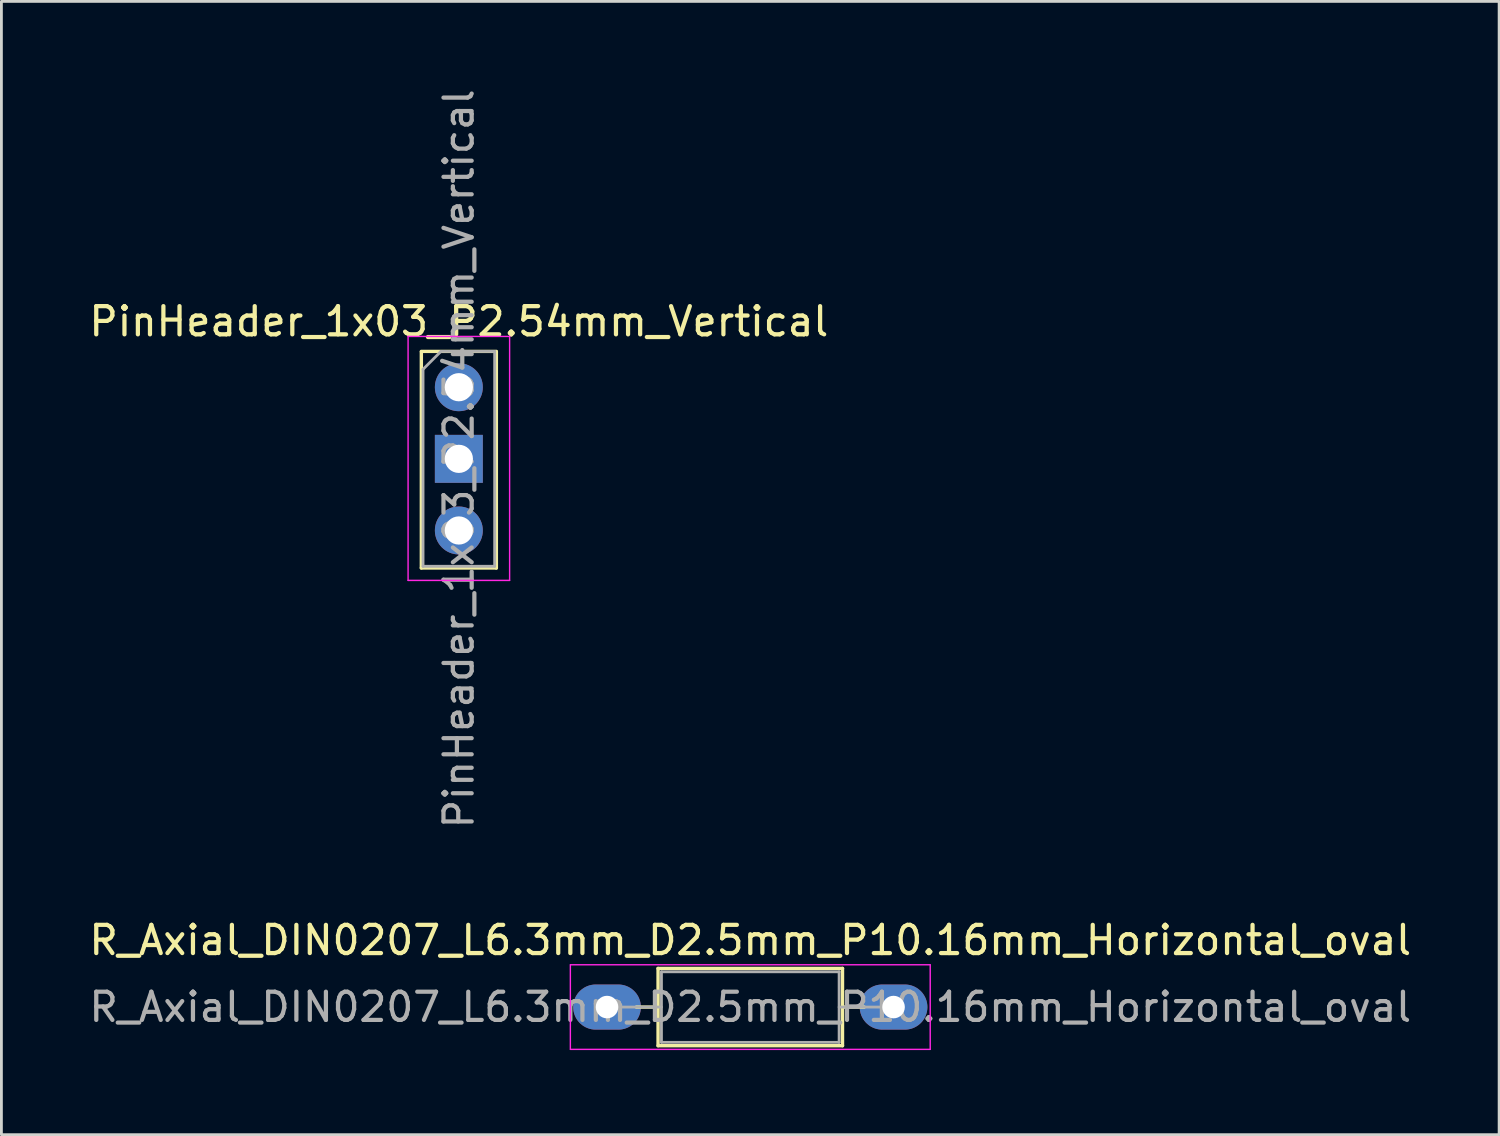
<source format=kicad_pcb>
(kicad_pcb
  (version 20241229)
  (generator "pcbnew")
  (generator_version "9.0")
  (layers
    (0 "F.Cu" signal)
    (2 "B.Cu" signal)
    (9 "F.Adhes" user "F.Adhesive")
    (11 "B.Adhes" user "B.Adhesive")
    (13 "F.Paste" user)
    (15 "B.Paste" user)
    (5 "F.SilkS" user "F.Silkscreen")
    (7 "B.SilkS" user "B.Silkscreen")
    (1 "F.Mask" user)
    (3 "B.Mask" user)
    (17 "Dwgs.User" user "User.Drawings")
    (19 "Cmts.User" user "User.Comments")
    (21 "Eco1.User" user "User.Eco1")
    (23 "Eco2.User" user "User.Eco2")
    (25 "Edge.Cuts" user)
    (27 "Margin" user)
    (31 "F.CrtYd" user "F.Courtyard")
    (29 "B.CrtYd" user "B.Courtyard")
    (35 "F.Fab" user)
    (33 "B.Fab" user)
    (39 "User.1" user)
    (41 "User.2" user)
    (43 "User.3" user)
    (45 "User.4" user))
  (footprint "R_Axial_DIN0207_L6.3mm_D2.5mm_P10.16mm_Horizontal_oval"
    (layer "F.Cu")
    (at 18.474 32.659)
    (property "Reference" "R_Axial_DIN0207_L6.3mm_D2.5mm_P10.16mm_Horizontal_oval" (at 5.08 -2.37 0) (layer "F.SilkS") (effects (font (size 1 1) (thickness 0.15))))
    (attr through_hole)
    (fp_line (start 1.04 0) (end 1.81 0) (stroke (width 0.12) (type solid)) (layer "F.SilkS"))
    (fp_line (start 1.81 -1.37) (end 1.81 1.37) (stroke (width 0.12) (type solid)) (layer "F.SilkS"))
    (fp_line (start 1.81 1.37) (end 8.35 1.37) (stroke (width 0.12) (type solid)) (layer "F.SilkS"))
    (fp_line (start 8.35 -1.37) (end 1.81 -1.37) (stroke (width 0.12) (type solid)) (layer "F.SilkS"))
    (fp_line (start 8.35 1.37) (end 8.35 -1.37) (stroke (width 0.12) (type solid)) (layer "F.SilkS"))
    (fp_line (start 9.12 0) (end 8.35 0) (stroke (width 0.12) (type solid)) (layer "F.SilkS"))
    (fp_line (start -1.3 -1.5) (end -1.3 1.5) (stroke (width 0.05) (type solid)) (layer "F.CrtYd"))
    (fp_line (start -1.295 1.499) (end 11.455 1.499) (stroke (width 0.05) (type solid)) (layer "F.CrtYd"))
    (fp_line (start 11.455 -1.499) (end -1.295 -1.499) (stroke (width 0.05) (type solid)) (layer "F.CrtYd"))
    (fp_line (start 11.46 1.5) (end 11.46 -1.5) (stroke (width 0.05) (type solid)) (layer "F.CrtYd"))
    (fp_line (start 0 0) (end 1.93 0) (stroke (width 0.1) (type solid)) (layer "F.Fab"))
    (fp_line (start 1.93 -1.25) (end 1.93 1.25) (stroke (width 0.1) (type solid)) (layer "F.Fab"))
    (fp_line (start 1.93 1.25) (end 8.23 1.25) (stroke (width 0.1) (type solid)) (layer "F.Fab"))
    (fp_line (start 8.23 -1.25) (end 1.93 -1.25) (stroke (width 0.1) (type solid)) (layer "F.Fab"))
    (fp_line (start 8.23 1.25) (end 8.23 -1.25) (stroke (width 0.1) (type solid)) (layer "F.Fab"))
    (fp_line (start 10.16 0) (end 8.23 0) (stroke (width 0.1) (type solid)) (layer "F.Fab"))
    (fp_text user "${REFERENCE}" (at 5.08 0 0) (layer "F.Fab") (effects (font (size 1 1) (thickness 0.15))))
    (pad "1" thru_hole oval (at 0 0) (size 2.4 1.6) (drill 0.8) (layers "*.Cu" "*.Mask"))
    (pad "2" thru_hole oval (at 10.16 0) (size 2.4 1.6) (drill 0.8) (layers "*.Cu" "*.Mask")))
  (footprint "PinHeader_1x03_P2.54mm_Vertical"
    (layer "F.Cu")
    (at 13.22 10.68)
    (property "Reference" "PinHeader_1x03_P2.54mm_Vertical" (at 0 -2.33 0) (layer "F.SilkS") (effects (font (size 1 1) (thickness 0.15))))
    (attr through_hole)
    (fp_line (start -1.33 -1.27) (end 1.33 -1.27) (stroke (width 0.12) (type solid)) (layer "F.SilkS"))
    (fp_line (start -1.33 -1.25) (end -1.33 6.41) (stroke (width 0.12) (type solid)) (layer "F.SilkS"))
    (fp_line (start -1.33 6.41) (end 1.33 6.41) (stroke (width 0.12) (type solid)) (layer "F.SilkS"))
    (fp_line (start 1.33 -1.25) (end 1.33 6.41) (stroke (width 0.12) (type solid)) (layer "F.SilkS"))
    (fp_line (start -1.8 -1.8) (end -1.8 6.85) (stroke (width 0.05) (type solid)) (layer "F.CrtYd"))
    (fp_line (start -1.8 6.85) (end 1.8 6.85) (stroke (width 0.05) (type solid)) (layer "F.CrtYd"))
    (fp_line (start 1.8 -1.8) (end -1.8 -1.8) (stroke (width 0.05) (type solid)) (layer "F.CrtYd"))
    (fp_line (start 1.8 6.85) (end 1.8 -1.8) (stroke (width 0.05) (type solid)) (layer "F.CrtYd"))
    (fp_line (start -1.27 -0.635) (end -0.635 -1.27) (stroke (width 0.1) (type solid)) (layer "F.Fab"))
    (fp_line (start -1.27 6.35) (end -1.27 -0.635) (stroke (width 0.1) (type solid)) (layer "F.Fab"))
    (fp_line (start -0.635 -1.27) (end 1.27 -1.27) (stroke (width 0.1) (type solid)) (layer "F.Fab"))
    (fp_line (start 1.27 -1.27) (end 1.27 6.35) (stroke (width 0.1) (type solid)) (layer "F.Fab"))
    (fp_line (start 1.27 6.35) (end -1.27 6.35) (stroke (width 0.1) (type solid)) (layer "F.Fab"))
    (fp_text user "${REFERENCE}" (at 0 2.54 90) (layer "F.Fab") (effects (font (size 1 1) (thickness 0.15))))
    (pad "1" thru_hole oval (at 0 0) (size 1.7 1.7) (drill 1) (layers "*.Cu" "*.Mask"))
    (pad "2" thru_hole rect (at 0 2.54) (size 1.7 1.7) (drill 1) (layers "*.Cu" "*.Mask"))
    (pad "3" thru_hole oval (at 0 5.08) (size 1.7 1.7) (drill 1) (layers "*.Cu" "*.Mask")))
  (gr_rect
    (start -3 -3)
    (end 50.107 37.184)
    (stroke (width 0.1) (type default))
    (fill no)
    (layer "Edge.Cuts")))
</source>
